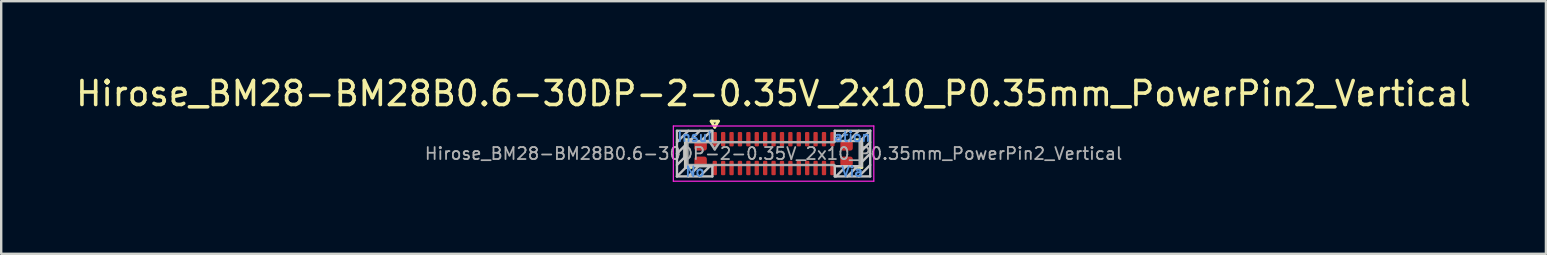
<source format=kicad_pcb>
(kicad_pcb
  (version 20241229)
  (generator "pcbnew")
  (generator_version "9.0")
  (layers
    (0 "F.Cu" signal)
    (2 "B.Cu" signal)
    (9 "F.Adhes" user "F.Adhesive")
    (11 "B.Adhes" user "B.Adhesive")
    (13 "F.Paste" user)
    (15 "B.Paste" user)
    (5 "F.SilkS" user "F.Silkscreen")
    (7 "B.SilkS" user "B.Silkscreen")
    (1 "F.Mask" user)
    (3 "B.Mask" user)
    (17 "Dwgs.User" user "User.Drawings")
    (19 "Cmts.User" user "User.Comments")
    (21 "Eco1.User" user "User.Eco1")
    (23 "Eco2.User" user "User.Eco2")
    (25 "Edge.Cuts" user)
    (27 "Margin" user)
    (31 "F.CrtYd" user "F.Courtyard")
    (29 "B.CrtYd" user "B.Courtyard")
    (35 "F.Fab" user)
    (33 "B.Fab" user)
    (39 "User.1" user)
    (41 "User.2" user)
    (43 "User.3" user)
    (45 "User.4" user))
  (footprint "Hirose_BM28-BM28B0.6-30DP-2-0.35V_2x10_P0.35mm_PowerPin2_Vertical"
    (layer "F.Cu")
    (at 29.173 3.348)
    (property "Reference" "Hirose_BM28-BM28B0.6-30DP-2-0.35V_2x10_P0.35mm_PowerPin2_Vertical" (at 0 -2.5 0) (layer "F.SilkS") (effects (font (size 1 1) (thickness 0.15))))
    (attr smd)
    (fp_line (start -3.674 -0.575) (end -3.424 -0.575) (stroke (width 0.12) (type solid)) (layer "F.SilkS"))
    (fp_line (start -3.674 0.575) (end -3.674 -0.575) (stroke (width 0.12) (type solid)) (layer "F.SilkS"))
    (fp_line (start -3.674 0.575) (end -3.424 0.575) (stroke (width 0.12) (type solid)) (layer "F.SilkS"))
    (fp_line (start -2.6 -1.35) (end -2.45 -1.1) (stroke (width 0.12) (type solid)) (layer "F.SilkS"))
    (fp_line (start -2.45 -1.1) (end -2.3 -1.35) (stroke (width 0.12) (type solid)) (layer "F.SilkS"))
    (fp_line (start -2.3 -1.35) (end -2.6 -1.35) (stroke (width 0.12) (type solid)) (layer "F.SilkS"))
    (fp_line (start 3.675 -0.575) (end 3.425 -0.575) (stroke (width 0.12) (type solid)) (layer "F.SilkS"))
    (fp_line (start 3.675 -0.575) (end 3.675 0.575) (stroke (width 0.12) (type solid)) (layer "F.SilkS"))
    (fp_line (start 3.675 0.575) (end 3.425 0.575) (stroke (width 0.12) (type solid)) (layer "F.SilkS"))
    (fp_line (start -4.025 -0.95) (end -4.025 0.95) (stroke (width 0.1) (type solid)) (layer "Dwgs.User"))
    (fp_line (start -4.025 0.475) (end -3.675 0.125) (stroke (width 0.1) (type solid)) (layer "Dwgs.User"))
    (fp_line (start -4.025 0.95) (end -3.6 0.525) (stroke (width 0.1) (type solid)) (layer "Dwgs.User"))
    (fp_line (start -4.025 0.95) (end -2.55 0.95) (stroke (width 0.1) (type solid)) (layer "Dwgs.User"))
    (fp_line (start -3.675 -0.525) (end -2.55 -0.525) (stroke (width 0.1) (type solid)) (layer "Dwgs.User"))
    (fp_line (start -3.675 -0.35) (end -4.025 0) (stroke (width 0.1) (type solid)) (layer "Dwgs.User"))
    (fp_line (start -3.675 0.525) (end -3.675 -0.525) (stroke (width 0.1) (type solid)) (layer "Dwgs.User"))
    (fp_line (start -3.55 -0.95) (end -4.025 -0.475) (stroke (width 0.1) (type solid)) (layer "Dwgs.User"))
    (fp_line (start -3.55 0.95) (end -3.125 0.525) (stroke (width 0.1) (type solid)) (layer "Dwgs.User"))
    (fp_line (start -3.5 -0.525) (end -3.075 -0.95) (stroke (width 0.1) (type solid)) (layer "Dwgs.User"))
    (fp_line (start -3.075 0.95) (end -2.65 0.525) (stroke (width 0.1) (type solid)) (layer "Dwgs.User"))
    (fp_line (start -2.6 -0.95) (end -3.025 -0.525) (stroke (width 0.1) (type solid)) (layer "Dwgs.User"))
    (fp_line (start -2.55 -0.95) (end -4.025 -0.95) (stroke (width 0.1) (type solid)) (layer "Dwgs.User"))
    (fp_line (start -2.55 -0.525) (end -2.55 -0.95) (stroke (width 0.1) (type solid)) (layer "Dwgs.User"))
    (fp_line (start -2.55 0.525) (end -3.675 0.525) (stroke (width 0.1) (type solid)) (layer "Dwgs.User"))
    (fp_line (start -2.55 0.95) (end -2.55 0.525) (stroke (width 0.1) (type solid)) (layer "Dwgs.User"))
    (fp_line (start 2.55 -0.95) (end 2.55 -0.525) (stroke (width 0.1) (type solid)) (layer "Dwgs.User"))
    (fp_line (start 2.55 -0.525) (end 3.675 -0.525) (stroke (width 0.1) (type solid)) (layer "Dwgs.User"))
    (fp_line (start 2.55 0.525) (end 2.55 0.95) (stroke (width 0.1) (type solid)) (layer "Dwgs.User"))
    (fp_line (start 2.55 0.95) (end 4.025 0.95) (stroke (width 0.1) (type solid)) (layer "Dwgs.User"))
    (fp_line (start 2.6 0.95) (end 3.025 0.525) (stroke (width 0.1) (type solid)) (layer "Dwgs.User"))
    (fp_line (start 3.075 -0.95) (end 2.65 -0.525) (stroke (width 0.1) (type solid)) (layer "Dwgs.User"))
    (fp_line (start 3.5 0.525) (end 3.075 0.95) (stroke (width 0.1) (type solid)) (layer "Dwgs.User"))
    (fp_line (start 3.55 -0.95) (end 3.125 -0.525) (stroke (width 0.1) (type solid)) (layer "Dwgs.User"))
    (fp_line (start 3.55 0.95) (end 4.025 0.475) (stroke (width 0.1) (type solid)) (layer "Dwgs.User"))
    (fp_line (start 3.675 -0.525) (end 3.675 0.525) (stroke (width 0.1) (type solid)) (layer "Dwgs.User"))
    (fp_line (start 3.675 0.35) (end 4.025 0) (stroke (width 0.1) (type solid)) (layer "Dwgs.User"))
    (fp_line (start 3.675 0.525) (end 2.55 0.525) (stroke (width 0.1) (type solid)) (layer "Dwgs.User"))
    (fp_line (start 4.025 -0.95) (end 2.55 -0.95) (stroke (width 0.1) (type solid)) (layer "Dwgs.User"))
    (fp_line (start 4.025 -0.95) (end 3.6 -0.525) (stroke (width 0.1) (type solid)) (layer "Dwgs.User"))
    (fp_line (start 4.025 -0.475) (end 3.675 -0.125) (stroke (width 0.1) (type solid)) (layer "Dwgs.User"))
    (fp_line (start 4.025 0.95) (end 4.025 -0.95) (stroke (width 0.1) (type solid)) (layer "Dwgs.User"))
    (fp_line (start -4.175 -1.15) (end -4.175 1.15) (stroke (width 0.05) (type solid)) (layer "F.CrtYd"))
    (fp_line (start -4.175 1.15) (end 4.175 1.15) (stroke (width 0.05) (type solid)) (layer "F.CrtYd"))
    (fp_line (start 4.175 -1.15) (end -4.175 -1.15) (stroke (width 0.05) (type solid)) (layer "F.CrtYd"))
    (fp_line (start 4.175 1.15) (end 4.175 -1.15) (stroke (width 0.05) (type solid)) (layer "F.CrtYd"))
    (fp_line (start -3.585 -0.475) (end -3.585 0.475) (stroke (width 0.1) (type solid)) (layer "F.Fab"))
    (fp_line (start -3.585 -0.475) (end 2.535 -0.475) (stroke (width 0.1) (type solid)) (layer "F.Fab"))
    (fp_line (start -3.585 0.475) (end 2.535 0.475) (stroke (width 0.1) (type solid)) (layer "F.Fab"))
    (fp_line (start -2.65 -0.475) (end -2.45 -0.175) (stroke (width 0.1) (type solid)) (layer "F.Fab"))
    (fp_line (start -2.45 -0.175) (end -2.25 -0.475) (stroke (width 0.1) (type solid)) (layer "F.Fab"))
    (fp_line (start 3.585 -0.475) (end 3.585 0.475) (stroke (width 0.1) (type solid)) (layer "F.Fab"))
    (fp_text user "Insul" (at -3.275 -0.7 0) (unlocked yes) (layer "Cmts.User") (effects (font (size 0.4 0.4) (thickness 0.075))))
    (fp_text user "No" (at -3.275 0.75 0) (unlocked yes) (layer "Cmts.User") (effects (font (size 0.4 0.4) (thickness 0.075))))
    (fp_text user "ation" (at 3.275 -0.7 0) (unlocked yes) (layer "Cmts.User") (effects (font (size 0.4 0.4) (thickness 0.075))))
    (fp_text user "Via" (at 3.275 0.75 0) (unlocked yes) (layer "Cmts.User") (effects (font (size 0.4 0.4) (thickness 0.075))))
    (fp_text user "${REFERENCE}" (at 0 0 0) (layer "F.Fab") (effects (font (size 0.5 0.5) (thickness 0.075))))
    (pad "1" smd roundrect (at -2.45 -0.6) (size 0.18 0.6) (layers "F.Cu" "F.Mask" "F.Paste") (roundrect_rratio 0.25))
    (pad "2" smd roundrect (at -2.45 0.6) (size 0.18 0.6) (layers "F.Cu" "F.Mask" "F.Paste") (roundrect_rratio 0.25))
    (pad "3" smd roundrect (at -2.1 -0.6) (size 0.18 0.6) (layers "F.Cu" "F.Mask" "F.Paste") (roundrect_rratio 0.25))
    (pad "4" smd roundrect (at -2.1 0.6) (size 0.18 0.6) (layers "F.Cu" "F.Mask" "F.Paste") (roundrect_rratio 0.25))
    (pad "5" smd roundrect (at -1.75 -0.6) (size 0.18 0.6) (layers "F.Cu" "F.Mask" "F.Paste") (roundrect_rratio 0.25))
    (pad "6" smd roundrect (at -1.75 0.6) (size 0.18 0.6) (layers "F.Cu" "F.Mask" "F.Paste") (roundrect_rratio 0.25))
    (pad "7" smd roundrect (at -1.4 -0.6) (size 0.18 0.6) (layers "F.Cu" "F.Mask" "F.Paste") (roundrect_rratio 0.25))
    (pad "8" smd roundrect (at -1.4 0.6) (size 0.18 0.6) (layers "F.Cu" "F.Mask" "F.Paste") (roundrect_rratio 0.25))
    (pad "9" smd roundrect (at -1.05 -0.6) (size 0.18 0.6) (layers "F.Cu" "F.Mask" "F.Paste") (roundrect_rratio 0.25))
    (pad "10" smd roundrect (at -1.05 0.6) (size 0.18 0.6) (layers "F.Cu" "F.Mask" "F.Paste") (roundrect_rratio 0.25))
    (pad "11" smd roundrect (at -0.7 -0.6) (size 0.18 0.6) (layers "F.Cu" "F.Mask" "F.Paste") (roundrect_rratio 0.25))
    (pad "12" smd roundrect (at -0.7 0.6) (size 0.18 0.6) (layers "F.Cu" "F.Mask" "F.Paste") (roundrect_rratio 0.25))
    (pad "13" smd roundrect (at -0.35 -0.6) (size 0.18 0.6) (layers "F.Cu" "F.Mask" "F.Paste") (roundrect_rratio 0.25))
    (pad "14" smd roundrect (at -0.35 0.6) (size 0.18 0.6) (layers "F.Cu" "F.Mask" "F.Paste") (roundrect_rratio 0.25))
    (pad "15" smd roundrect (at 0 -0.6) (size 0.18 0.6) (layers "F.Cu" "F.Mask" "F.Paste") (roundrect_rratio 0.25))
    (pad "16" smd roundrect (at 0 0.6) (size 0.18 0.6) (layers "F.Cu" "F.Mask" "F.Paste") (roundrect_rratio 0.25))
    (pad "17" smd roundrect (at 0.35 -0.6) (size 0.18 0.6) (layers "F.Cu" "F.Mask" "F.Paste") (roundrect_rratio 0.25))
    (pad "18" smd roundrect (at 0.35 0.6) (size 0.18 0.6) (layers "F.Cu" "F.Mask" "F.Paste") (roundrect_rratio 0.25))
    (pad "19" smd roundrect (at 0.7 -0.6) (size 0.18 0.6) (layers "F.Cu" "F.Mask" "F.Paste") (roundrect_rratio 0.25))
    (pad "20" smd roundrect (at 0.7 0.6) (size 0.18 0.6) (layers "F.Cu" "F.Mask" "F.Paste") (roundrect_rratio 0.25))
    (pad "21" smd roundrect (at 1.05 -0.6) (size 0.18 0.6) (layers "F.Cu" "F.Mask" "F.Paste") (roundrect_rratio 0.25))
    (pad "22" smd roundrect (at 1.05 0.6) (size 0.18 0.6) (layers "F.Cu" "F.Mask" "F.Paste") (roundrect_rratio 0.25))
    (pad "23" smd roundrect (at 1.4 -0.6) (size 0.18 0.6) (layers "F.Cu" "F.Mask" "F.Paste") (roundrect_rratio 0.25))
    (pad "24" smd roundrect (at 1.4 0.6) (size 0.18 0.6) (layers "F.Cu" "F.Mask" "F.Paste") (roundrect_rratio 0.25))
    (pad "25" smd roundrect (at 1.75 -0.6) (size 0.18 0.6) (layers "F.Cu" "F.Mask" "F.Paste") (roundrect_rratio 0.25))
    (pad "26" smd roundrect (at 1.75 0.6) (size 0.18 0.6) (layers "F.Cu" "F.Mask" "F.Paste") (roundrect_rratio 0.25))
    (pad "27" smd roundrect (at 2.1 -0.6) (size 0.18 0.6) (layers "F.Cu" "F.Mask" "F.Paste") (roundrect_rratio 0.25))
    (pad "28" smd roundrect (at 2.1 0.6) (size 0.18 0.6) (layers "F.Cu" "F.Mask" "F.Paste") (roundrect_rratio 0.25))
    (pad "29" smd roundrect (at 2.45 -0.6) (size 0.18 0.6) (layers "F.Cu" "F.Mask" "F.Paste") (roundrect_rratio 0.25))
    (pad "30" smd roundrect (at 2.45 0.6) (size 0.18 0.6) (layers "F.Cu" "F.Mask" "F.Paste") (roundrect_rratio 0.25))
    (pad "31" smd roundrect (at -3.04 -0.325) (size 0.52 0.4) (layers "F.Cu" "F.Mask" "F.Paste") (roundrect_rratio 0.25))
    (pad "31" smd roundrect (at -3.04 0.325) (size 0.52 0.4) (layers "F.Cu" "F.Mask" "F.Paste") (roundrect_rratio 0.25))
    (pad "32" smd roundrect (at 3.04 -0.325) (size 0.52 0.4) (layers "F.Cu" "F.Mask" "F.Paste") (roundrect_rratio 0.25))
    (pad "32" smd roundrect (at 3.04 0.325) (size 0.52 0.4) (layers "F.Cu" "F.Mask" "F.Paste") (roundrect_rratio 0.25)))
  (gr_rect
    (start -3 -3)
    (end 61.345 7.523)
    (stroke (width 0.1) (type default))
    (fill no)
    (layer "Edge.Cuts")))
</source>
